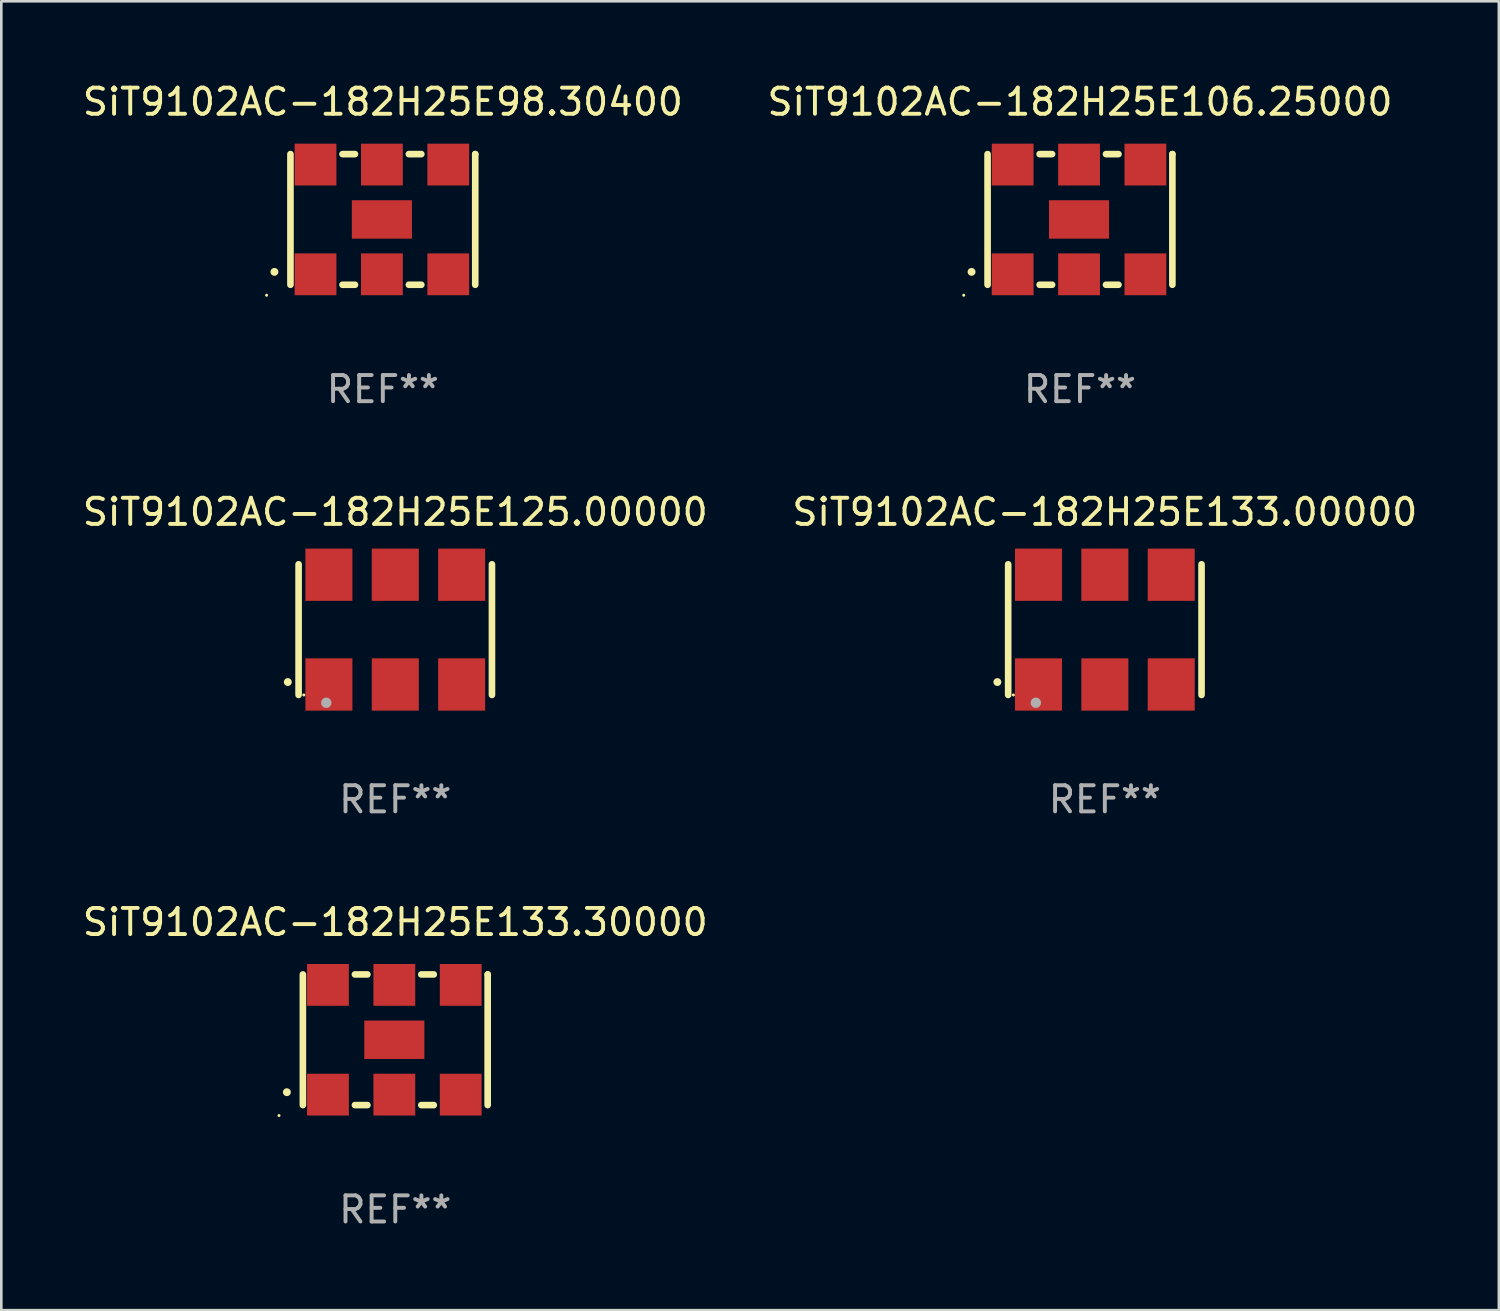
<source format=kicad_pcb>
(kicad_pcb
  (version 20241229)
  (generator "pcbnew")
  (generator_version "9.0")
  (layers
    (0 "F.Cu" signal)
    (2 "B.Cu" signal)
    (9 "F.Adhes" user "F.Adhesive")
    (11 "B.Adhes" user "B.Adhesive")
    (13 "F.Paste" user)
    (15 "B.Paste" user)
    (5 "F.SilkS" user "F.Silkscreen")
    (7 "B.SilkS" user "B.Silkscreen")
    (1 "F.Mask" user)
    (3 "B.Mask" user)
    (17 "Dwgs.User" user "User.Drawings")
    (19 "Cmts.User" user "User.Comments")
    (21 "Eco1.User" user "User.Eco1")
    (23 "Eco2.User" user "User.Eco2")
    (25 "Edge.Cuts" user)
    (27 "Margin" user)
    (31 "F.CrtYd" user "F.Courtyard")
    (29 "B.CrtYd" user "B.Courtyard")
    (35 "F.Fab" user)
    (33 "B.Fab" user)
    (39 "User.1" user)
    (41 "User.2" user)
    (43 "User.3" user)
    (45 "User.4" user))
  (footprint "SiT9102AC-182H25E125.00000"
    (layer "F.Cu")
    (at 12.077 21.045)
    (property "Reference" "SiT9102AC-182H25E125.00000" (at 0 -4.5 0) (layer "F.SilkS") (effects (font (size 1 1) (thickness 0.15))))
    (attr through_hole)
    (fp_line (start -3.7 -2.5) (end -3.7 2.5) (stroke (width 0.254) (type solid)) (layer "F.SilkS"))
    (fp_line (start 3.7 -2.5) (end 3.7 2.5) (stroke (width 0.254) (type solid)) (layer "F.SilkS"))
    (fp_arc (start -4.114415 2.006604) (mid -4.113145 2.006599) (end -4.111875 2.006604) (stroke (width 0.3) (type solid)) (layer "F.SilkS"))
    (fp_circle (center -3.5 2.501) (end -3.47 2.501) (stroke (width 0.06) (type solid)) (fill no) (layer "F.SilkS"))
    (fp_circle (center -2.641 2.799) (end -2.541 2.799) (stroke (width 0.2) (type solid)) (fill no) (layer "F.Fab"))
    (fp_text user "REF**" (at 0 6.5 0) (layer "F.Fab") (effects (font (size 1 1) (thickness 0.15))))
    (pad "1" smd rect (at -2.54 2.1) (size 1.8 2) (layers "F.Cu" "F.Mask" "F.Paste"))
    (pad "2" smd rect (at 0.000394 2.1) (size 1.8 2) (layers "F.Cu" "F.Mask" "F.Paste"))
    (pad "3" smd rect (at 2.54 2.1) (size 1.8 2) (layers "F.Cu" "F.Mask" "F.Paste"))
    (pad "4" smd rect (at 2.54 -2.1) (size 1.8 2) (layers "F.Cu" "F.Mask" "F.Paste"))
    (pad "5" smd rect (at 0.000394 -2.1) (size 1.8 2) (layers "F.Cu" "F.Mask" "F.Paste"))
    (pad "6" smd rect (at -2.54 -2.1) (size 1.8 2) (layers "F.Cu" "F.Mask" "F.Paste")))
  (footprint "SiT9102AC-182H25E106.25000"
    (layer "F.Cu")
    (at 38.28 5.348)
    (property "Reference" "SiT9102AC-182H25E106.25000" (at 0 -4.5 0) (layer "F.SilkS") (effects (font (size 1 1) (thickness 0.15))))
    (attr through_hole)
    (fp_line (start -3.536 -2.5) (end -3.536 2.5) (stroke (width 0.254) (type solid)) (layer "F.SilkS"))
    (fp_line (start -1.544 2.5) (end -1.067 2.5) (stroke (width 0.254) (type solid)) (layer "F.SilkS"))
    (fp_line (start -1.067 -2.5) (end -1.544 -2.5) (stroke (width 0.254) (type solid)) (layer "F.SilkS"))
    (fp_line (start 0.996 2.5) (end 1.473 2.5) (stroke (width 0.254) (type solid)) (layer "F.SilkS"))
    (fp_line (start 1.473 -2.5) (end 0.996 -2.5) (stroke (width 0.254) (type solid)) (layer "F.SilkS"))
    (fp_line (start 3.536 -2.5) (end 3.536 -2.5) (stroke (width 0.254) (type solid)) (layer "F.SilkS"))
    (fp_line (start 3.536 2.5) (end 3.536 -2.5) (stroke (width 0.254) (type solid)) (layer "F.SilkS"))
    (fp_arc (start -4.150432 2.006604) (mid -4.149162 2.006599) (end -4.147892 2.006604) (stroke (width 0.3) (type solid)) (layer "F.SilkS"))
    (fp_circle (center -4.449 2.9) (end -4.419 2.9) (stroke (width 0.06) (type solid)) (fill no) (layer "F.SilkS"))
    (fp_text user "REF**" (at 0 6.5 0) (layer "F.Fab") (effects (font (size 1 1) (thickness 0.15))))
    (pad "1" smd rect (at -2.576 2.1) (size 1.6 1.6) (layers "F.Cu" "F.Mask" "F.Paste"))
    (pad "2" smd rect (at -0.036 2.1) (size 1.6 1.6) (layers "F.Cu" "F.Mask" "F.Paste"))
    (pad "3" smd rect (at 2.504 2.1) (size 1.6 1.6) (layers "F.Cu" "F.Mask" "F.Paste"))
    (pad "4" smd rect (at 2.504 -2.1) (size 1.6 1.6) (layers "F.Cu" "F.Mask" "F.Paste"))
    (pad "5" smd rect (at -0.036 -2.1) (size 1.6 1.6) (layers "F.Cu" "F.Mask" "F.Paste"))
    (pad "6" smd rect (at -2.576 -2.1) (size 1.6 1.6) (layers "F.Cu" "F.Mask" "F.Paste"))
    (pad "7" smd rect (at -0.036 0) (size 2.3 1.47) (layers "F.Cu" "F.Mask" "F.Paste")))
  (footprint "SiT9102AC-182H25E133.00000"
    (layer "F.Cu")
    (at 39.232 21.045)
    (property "Reference" "SiT9102AC-182H25E133.00000" (at 0 -4.5 0) (layer "F.SilkS") (effects (font (size 1 1) (thickness 0.15))))
    (attr through_hole)
    (fp_line (start -3.7 -2.5) (end -3.7 2.5) (stroke (width 0.254) (type solid)) (layer "F.SilkS"))
    (fp_line (start 3.7 -2.5) (end 3.7 2.5) (stroke (width 0.254) (type solid)) (layer "F.SilkS"))
    (fp_arc (start -4.114415 2.006604) (mid -4.113145 2.006599) (end -4.111875 2.006604) (stroke (width 0.3) (type solid)) (layer "F.SilkS"))
    (fp_circle (center -3.5 2.501) (end -3.47 2.501) (stroke (width 0.06) (type solid)) (fill no) (layer "F.SilkS"))
    (fp_circle (center -2.641 2.799) (end -2.541 2.799) (stroke (width 0.2) (type solid)) (fill no) (layer "F.Fab"))
    (fp_text user "REF**" (at 0 6.5 0) (layer "F.Fab") (effects (font (size 1 1) (thickness 0.15))))
    (pad "1" smd rect (at -2.54 2.1) (size 1.8 2) (layers "F.Cu" "F.Mask" "F.Paste"))
    (pad "2" smd rect (at 0.000394 2.1) (size 1.8 2) (layers "F.Cu" "F.Mask" "F.Paste"))
    (pad "3" smd rect (at 2.54 2.1) (size 1.8 2) (layers "F.Cu" "F.Mask" "F.Paste"))
    (pad "4" smd rect (at 2.54 -2.1) (size 1.8 2) (layers "F.Cu" "F.Mask" "F.Paste"))
    (pad "5" smd rect (at 0.000394 -2.1) (size 1.8 2) (layers "F.Cu" "F.Mask" "F.Paste"))
    (pad "6" smd rect (at -2.54 -2.1) (size 1.8 2) (layers "F.Cu" "F.Mask" "F.Paste")))
  (footprint "SiT9102AC-182H25E133.30000"
    (layer "F.Cu")
    (at 12.077 36.741)
    (property "Reference" "SiT9102AC-182H25E133.30000" (at 0 -4.5 0) (layer "F.SilkS") (effects (font (size 1 1) (thickness 0.15))))
    (attr through_hole)
    (fp_line (start -3.536 -2.5) (end -3.536 2.5) (stroke (width 0.254) (type solid)) (layer "F.SilkS"))
    (fp_line (start -1.544 2.5) (end -1.067 2.5) (stroke (width 0.254) (type solid)) (layer "F.SilkS"))
    (fp_line (start -1.067 -2.5) (end -1.544 -2.5) (stroke (width 0.254) (type solid)) (layer "F.SilkS"))
    (fp_line (start 0.996 2.5) (end 1.473 2.5) (stroke (width 0.254) (type solid)) (layer "F.SilkS"))
    (fp_line (start 1.473 -2.5) (end 0.996 -2.5) (stroke (width 0.254) (type solid)) (layer "F.SilkS"))
    (fp_line (start 3.536 -2.5) (end 3.536 -2.5) (stroke (width 0.254) (type solid)) (layer "F.SilkS"))
    (fp_line (start 3.536 2.5) (end 3.536 -2.5) (stroke (width 0.254) (type solid)) (layer "F.SilkS"))
    (fp_arc (start -4.150432 2.006604) (mid -4.149162 2.006599) (end -4.147892 2.006604) (stroke (width 0.3) (type solid)) (layer "F.SilkS"))
    (fp_circle (center -4.449 2.9) (end -4.419 2.9) (stroke (width 0.06) (type solid)) (fill no) (layer "F.SilkS"))
    (fp_text user "REF**" (at 0 6.5 0) (layer "F.Fab") (effects (font (size 1 1) (thickness 0.15))))
    (pad "1" smd rect (at -2.576 2.1) (size 1.6 1.6) (layers "F.Cu" "F.Mask" "F.Paste"))
    (pad "2" smd rect (at -0.036 2.1) (size 1.6 1.6) (layers "F.Cu" "F.Mask" "F.Paste"))
    (pad "3" smd rect (at 2.504 2.1) (size 1.6 1.6) (layers "F.Cu" "F.Mask" "F.Paste"))
    (pad "4" smd rect (at 2.504 -2.1) (size 1.6 1.6) (layers "F.Cu" "F.Mask" "F.Paste"))
    (pad "5" smd rect (at -0.036 -2.1) (size 1.6 1.6) (layers "F.Cu" "F.Mask" "F.Paste"))
    (pad "6" smd rect (at -2.576 -2.1) (size 1.6 1.6) (layers "F.Cu" "F.Mask" "F.Paste"))
    (pad "7" smd rect (at -0.036 0) (size 2.3 1.47) (layers "F.Cu" "F.Mask" "F.Paste")))
  (footprint "SiT9102AC-182H25E98.30400"
    (layer "F.Cu")
    (at 11.601 5.348)
    (property "Reference" "SiT9102AC-182H25E98.30400" (at 0 -4.5 0) (layer "F.SilkS") (effects (font (size 1 1) (thickness 0.15))))
    (attr through_hole)
    (fp_line (start -3.536 -2.5) (end -3.536 2.5) (stroke (width 0.254) (type solid)) (layer "F.SilkS"))
    (fp_line (start -1.544 2.5) (end -1.067 2.5) (stroke (width 0.254) (type solid)) (layer "F.SilkS"))
    (fp_line (start -1.067 -2.5) (end -1.544 -2.5) (stroke (width 0.254) (type solid)) (layer "F.SilkS"))
    (fp_line (start 0.996 2.5) (end 1.473 2.5) (stroke (width 0.254) (type solid)) (layer "F.SilkS"))
    (fp_line (start 1.473 -2.5) (end 0.996 -2.5) (stroke (width 0.254) (type solid)) (layer "F.SilkS"))
    (fp_line (start 3.536 -2.5) (end 3.536 -2.5) (stroke (width 0.254) (type solid)) (layer "F.SilkS"))
    (fp_line (start 3.536 2.5) (end 3.536 -2.5) (stroke (width 0.254) (type solid)) (layer "F.SilkS"))
    (fp_arc (start -4.150432 2.006604) (mid -4.149162 2.006599) (end -4.147892 2.006604) (stroke (width 0.3) (type solid)) (layer "F.SilkS"))
    (fp_circle (center -4.449 2.9) (end -4.419 2.9) (stroke (width 0.06) (type solid)) (fill no) (layer "F.SilkS"))
    (fp_text user "REF**" (at 0 6.5 0) (layer "F.Fab") (effects (font (size 1 1) (thickness 0.15))))
    (pad "1" smd rect (at -2.576 2.1) (size 1.6 1.6) (layers "F.Cu" "F.Mask" "F.Paste"))
    (pad "2" smd rect (at -0.036 2.1) (size 1.6 1.6) (layers "F.Cu" "F.Mask" "F.Paste"))
    (pad "3" smd rect (at 2.504 2.1) (size 1.6 1.6) (layers "F.Cu" "F.Mask" "F.Paste"))
    (pad "4" smd rect (at 2.504 -2.1) (size 1.6 1.6) (layers "F.Cu" "F.Mask" "F.Paste"))
    (pad "5" smd rect (at -0.036 -2.1) (size 1.6 1.6) (layers "F.Cu" "F.Mask" "F.Paste"))
    (pad "6" smd rect (at -2.576 -2.1) (size 1.6 1.6) (layers "F.Cu" "F.Mask" "F.Paste"))
    (pad "7" smd rect (at -0.036 0) (size 2.3 1.47) (layers "F.Cu" "F.Mask" "F.Paste")))
  (gr_rect
    (start -3 -3)
    (end 54.31 47.09)
    (stroke (width 0.1) (type default))
    (fill no)
    (layer "Edge.Cuts")))
</source>
